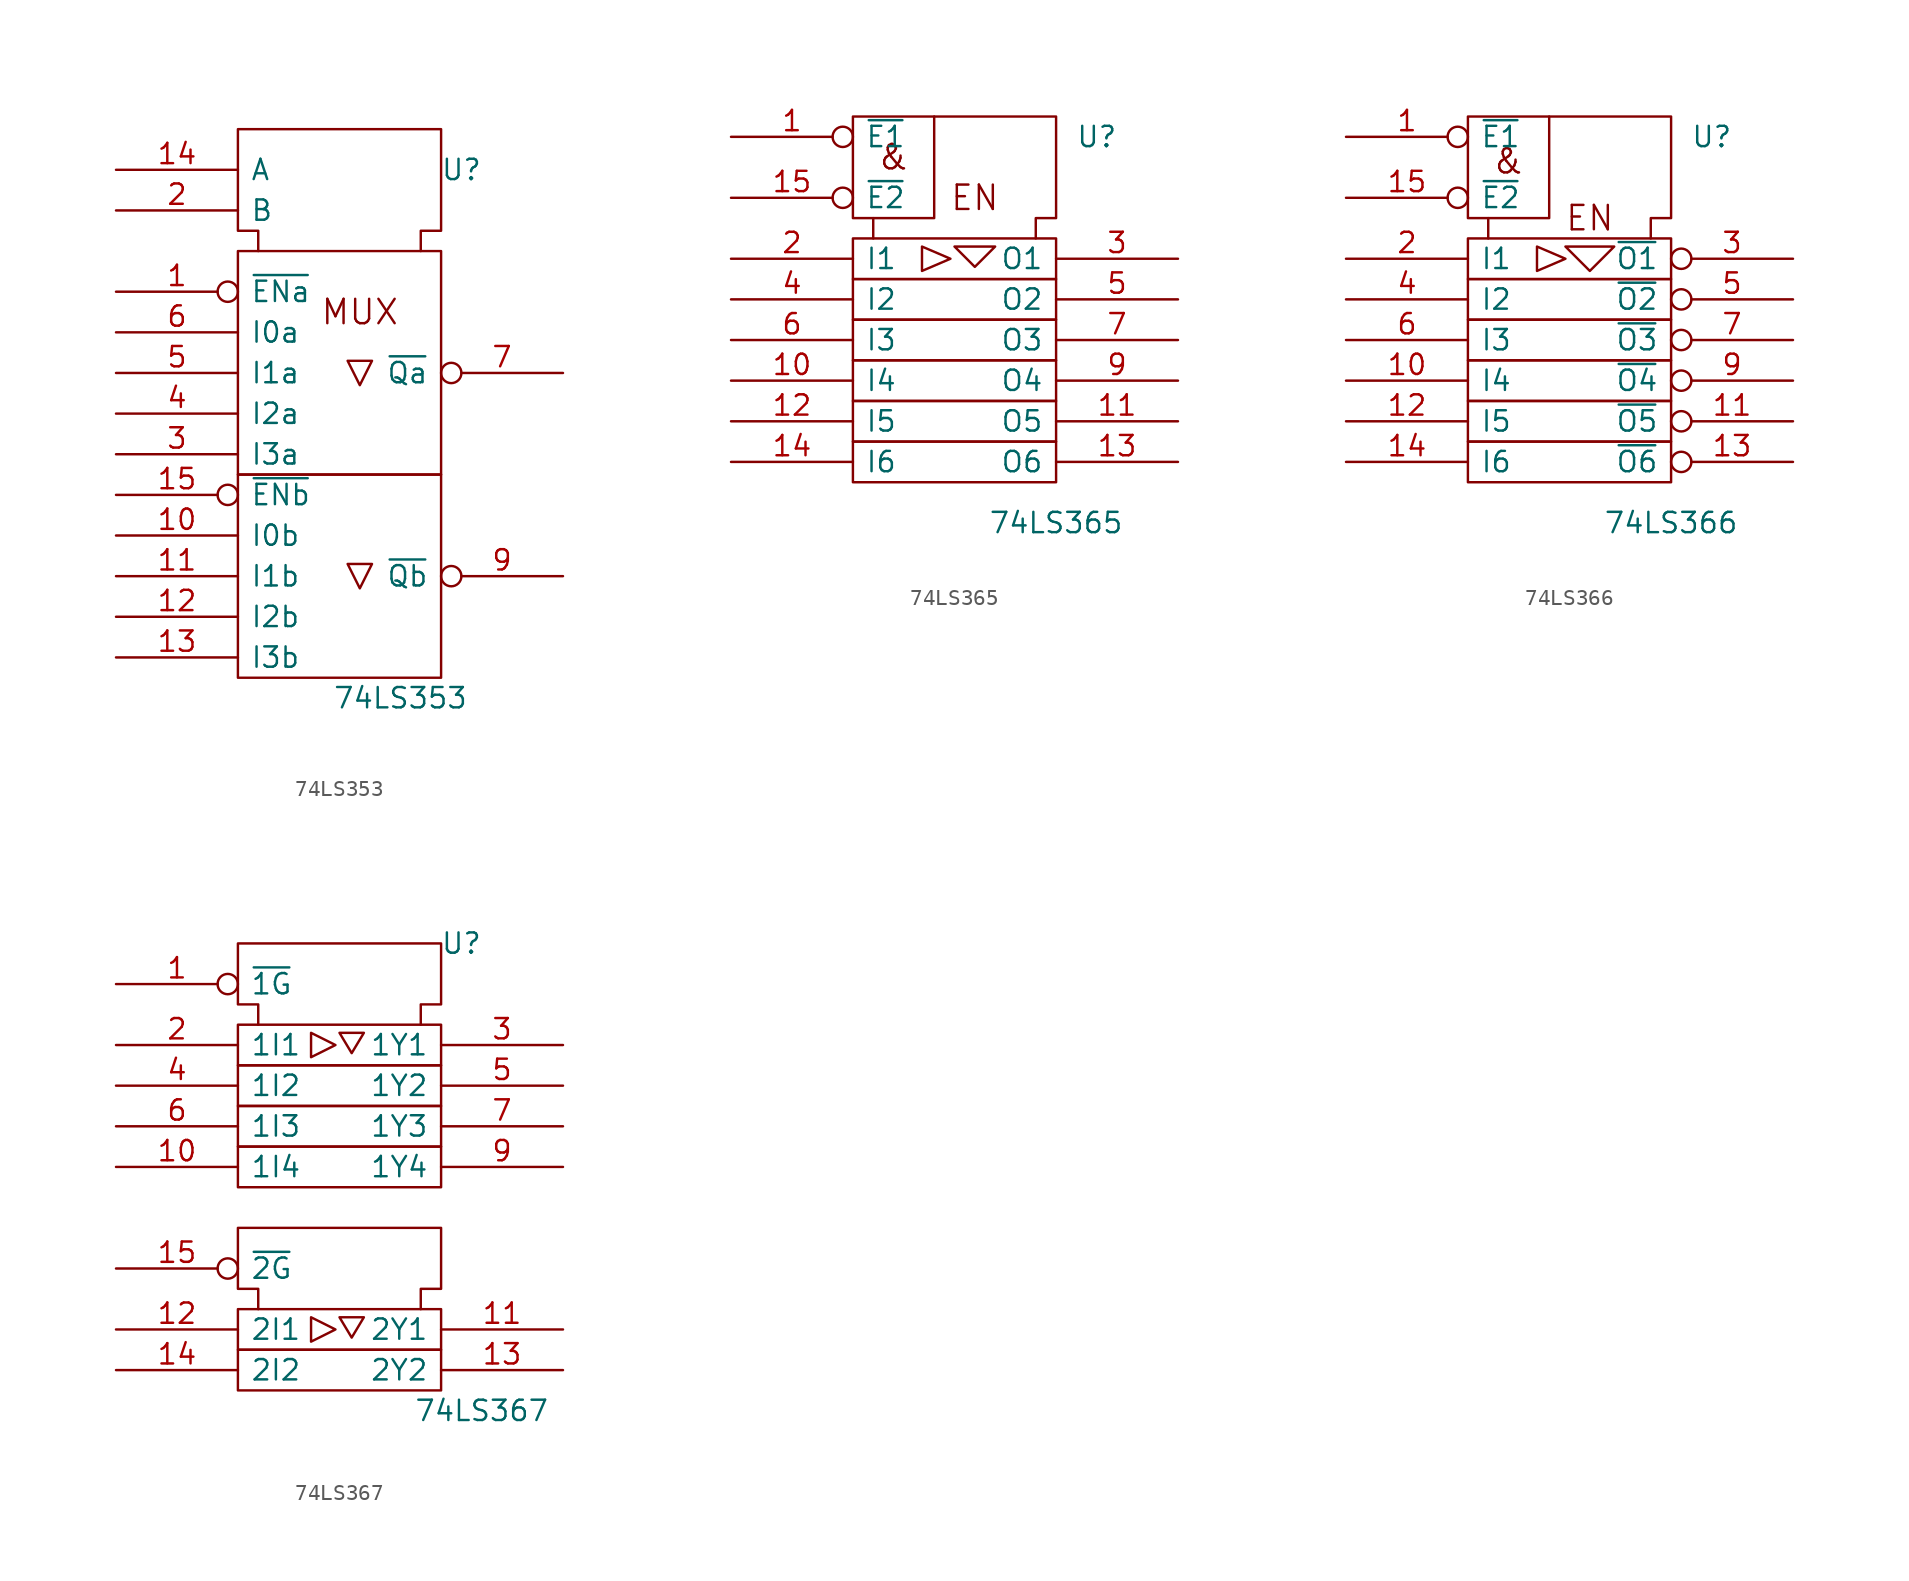
<source format=kicad_sym>
(kicad_symbol_lib
  (version 20201005)
  (generator kicad_symbol_editor)
  (symbol "74LS353"
    (pin_names
      (offset 0.762))
    (property "Reference" "U"
      (at 7.62 16.51 0)
      (effects (font (size 1.27 1.27))))
    (property "Value" "74LS353"
      (at 3.81 -16.51 0)
      (effects (font (size 1.27 1.27))))
    (symbol "74LS353_0_0"
      (text "MUX" (at 1.27 7.62 0) (effects (font (size 1.524 1.524))))
      (rectangle (start -6.35 -2.54) (end 6.35 -15.24) (stroke (width 0)) (fill (type none)))
      (rectangle (start -6.35 11.43) (end 6.35 -2.54) (stroke (width 0)) (fill (type none)))
      (polyline (pts (xy 2.032 -8.128) (xy 0.508 -8.128) (xy 1.27 -9.652) (xy 2.032 -8.128) (xy 2.032 -8.128)) (stroke (width 0)) (fill (type none)))
      (polyline (pts (xy 2.032 4.572) (xy 0.508 4.572) (xy 1.27 3.048) (xy 2.032 4.572) (xy 2.032 4.572)) (stroke (width 0)) (fill (type none)))
      (polyline (pts (xy -5.08 11.43) (xy -5.08 12.7) (xy -6.35 12.7) (xy -6.35 19.05) (xy 6.35 19.05) (xy 6.35 12.7) (xy 5.08 12.7) (xy 5.08 11.43) (xy 5.08 11.43)) (stroke (width 0)) (fill (type none)))
      (pin power_in line (at 3.81 19.05 270) (length 0) hide (name "VCC" (effects (font (size 1.27 1.27)))) (number "16" (effects (font (size 1.27 1.27)))))
      (pin power_in line (at 0 19.05 270) (length 0) hide (name "GND" (effects (font (size 1.27 1.27)))) (number "8" (effects (font (size 1.27 1.27))))))
    (symbol "74LS353_1_1"
      (pin input inverted (at -13.97 8.89 0) (length 7.62) (name "~ENa" (effects (font (size 1.27 1.27)))) (number "1" (effects (font (size 1.27 1.27)))))
      (pin input line (at -13.97 -6.35 0) (length 7.62) (name "I0b" (effects (font (size 1.27 1.27)))) (number "10" (effects (font (size 1.27 1.27)))))
      (pin input line (at -13.97 -8.89 0) (length 7.62) (name "I1b" (effects (font (size 1.27 1.27)))) (number "11" (effects (font (size 1.27 1.27)))))
      (pin input line (at -13.97 -11.43 0) (length 7.62) (name "I2b" (effects (font (size 1.27 1.27)))) (number "12" (effects (font (size 1.27 1.27)))))
      (pin input line (at -13.97 -13.97 0) (length 7.62) (name "I3b" (effects (font (size 1.27 1.27)))) (number "13" (effects (font (size 1.27 1.27)))))
      (pin input line (at -13.97 16.51 0) (length 7.62) (name "A" (effects (font (size 1.27 1.27)))) (number "14" (effects (font (size 1.27 1.27)))))
      (pin input inverted (at -13.97 -3.81 0) (length 7.62) (name "~ENb" (effects (font (size 1.27 1.27)))) (number "15" (effects (font (size 1.27 1.27)))))
      (pin input line (at -13.97 13.97 0) (length 7.62) (name "B" (effects (font (size 1.27 1.27)))) (number "2" (effects (font (size 1.27 1.27)))))
      (pin input line (at -13.97 -1.27 0) (length 7.62) (name "I3a" (effects (font (size 1.27 1.27)))) (number "3" (effects (font (size 1.27 1.27)))))
      (pin input line (at -13.97 1.27 0) (length 7.62) (name "I2a" (effects (font (size 1.27 1.27)))) (number "4" (effects (font (size 1.27 1.27)))))
      (pin input line (at -13.97 3.81 0) (length 7.62) (name "I1a" (effects (font (size 1.27 1.27)))) (number "5" (effects (font (size 1.27 1.27)))))
      (pin input line (at -13.97 6.35 0) (length 7.62) (name "I0a" (effects (font (size 1.27 1.27)))) (number "6" (effects (font (size 1.27 1.27)))))
      (pin tri_state inverted (at 13.97 3.81 180) (length 7.62) (name "~Qa" (effects (font (size 1.27 1.27)))) (number "7" (effects (font (size 1.27 1.27)))))
      (pin tri_state inverted (at 13.97 -8.89 180) (length 7.62) (name "~Qb" (effects (font (size 1.27 1.27)))) (number "9" (effects (font (size 1.27 1.27)))))))
  (symbol "74LS365"
    (pin_names
      (offset 0.762))
    (property "Reference" "U"
      (at 8.89 12.7 0)
      (effects (font (size 1.27 1.27))))
    (property "Value" "74LS365"
      (at 6.35 -11.43 0)
      (effects (font (size 1.27 1.27))))
    (symbol "74LS365_0_0"
      (text "&" (at -3.81 11.43 0) (effects (font (size 1.524 1.524))))
      (text "EN" (at 1.27 8.89 0) (effects (font (size 1.524 1.524))))
      (polyline (pts (xy -2.032 5.842) (xy -2.032 4.318) (xy -0.254 5.08) (xy -2.032 5.842) (xy -2.032 5.842)) (stroke (width 0)) (fill (type none)))
      (pin power_in line (at 1.27 13.97 270) (length 0) hide (name "GND" (effects (font (size 1.27 1.27)))) (number "8" (effects (font (size 1.27 1.27))))))
    (symbol "74LS365_0_1"
      (rectangle (start -6.35 -6.35) (end 6.35 -8.89) (stroke (width 0)) (fill (type none)))
      (rectangle (start -6.35 -3.81) (end 6.35 -6.35) (stroke (width 0)) (fill (type none)))
      (rectangle (start -6.35 -1.27) (end 6.35 -3.81) (stroke (width 0)) (fill (type none)))
      (rectangle (start -6.35 1.27) (end 6.35 -1.27) (stroke (width 0)) (fill (type none)))
      (rectangle (start -6.35 3.81) (end 6.35 1.27) (stroke (width 0)) (fill (type none)))
      (rectangle (start -6.35 6.35) (end 6.35 3.81) (stroke (width 0)) (fill (type none)))
      (polyline (pts (xy -1.27 13.97) (xy -1.27 7.62) (xy -5.08 7.62) (xy -5.08 7.62)) (stroke (width 0)) (fill (type none)))
      (polyline (pts (xy 0 5.842) (xy 2.54 5.842) (xy 1.27 4.572) (xy 0 5.842) (xy 0 5.842)) (stroke (width 0)) (fill (type none)))
      (polyline (pts (xy -5.08 6.35) (xy -5.08 7.62) (xy -6.35 7.62) (xy -6.35 13.97) (xy 6.35 13.97) (xy 6.35 7.62) (xy 5.08 7.62) (xy 5.08 6.35) (xy 5.08 6.35)) (stroke (width 0)) (fill (type none)))
      (pin power_in line (at 5.08 13.97 270) (length 0) hide (name "VCC" (effects (font (size 1.27 1.27)))) (number "16" (effects (font (size 1.27 1.27))))))
    (symbol "74LS365_1_1"
      (pin input inverted (at -13.97 12.7 0) (length 7.62) (name "~E1" (effects (font (size 1.27 1.27)))) (number "1" (effects (font (size 1.27 1.27)))))
      (pin input line (at -13.97 -2.54 0) (length 7.62) (name "I4" (effects (font (size 1.27 1.27)))) (number "10" (effects (font (size 1.27 1.27)))))
      (pin tri_state line (at 13.97 -5.08 180) (length 7.62) (name "O5" (effects (font (size 1.27 1.27)))) (number "11" (effects (font (size 1.27 1.27)))))
      (pin input line (at -13.97 -5.08 0) (length 7.62) (name "I5" (effects (font (size 1.27 1.27)))) (number "12" (effects (font (size 1.27 1.27)))))
      (pin tri_state line (at 13.97 -7.62 180) (length 7.62) (name "O6" (effects (font (size 1.27 1.27)))) (number "13" (effects (font (size 1.27 1.27)))))
      (pin input line (at -13.97 -7.62 0) (length 7.62) (name "I6" (effects (font (size 1.27 1.27)))) (number "14" (effects (font (size 1.27 1.27)))))
      (pin input inverted (at -13.97 8.89 0) (length 7.62) (name "~E2" (effects (font (size 1.27 1.27)))) (number "15" (effects (font (size 1.27 1.27)))))
      (pin input line (at -13.97 5.08 0) (length 7.62) (name "I1" (effects (font (size 1.27 1.27)))) (number "2" (effects (font (size 1.27 1.27)))))
      (pin tri_state line (at 13.97 5.08 180) (length 7.62) (name "O1" (effects (font (size 1.27 1.27)))) (number "3" (effects (font (size 1.27 1.27)))))
      (pin input line (at -13.97 2.54 0) (length 7.62) (name "I2" (effects (font (size 1.27 1.27)))) (number "4" (effects (font (size 1.27 1.27)))))
      (pin tri_state line (at 13.97 2.54 180) (length 7.62) (name "O2" (effects (font (size 1.27 1.27)))) (number "5" (effects (font (size 1.27 1.27)))))
      (pin input line (at -13.97 0 0) (length 7.62) (name "I3" (effects (font (size 1.27 1.27)))) (number "6" (effects (font (size 1.27 1.27)))))
      (pin tri_state line (at 13.97 0 180) (length 7.62) (name "O3" (effects (font (size 1.27 1.27)))) (number "7" (effects (font (size 1.27 1.27)))))
      (pin tri_state line (at 13.97 -2.54 180) (length 7.62) (name "O4" (effects (font (size 1.27 1.27)))) (number "9" (effects (font (size 1.27 1.27)))))))
  (symbol "74LS366"
    (pin_names
      (offset 0.762))
    (property "Reference" "U"
      (at 8.89 12.7 0)
      (effects (font (size 1.27 1.27))))
    (property "Value" "74LS366"
      (at 6.35 -11.43 0)
      (effects (font (size 1.27 1.27))))
    (symbol "74LS366_0_0"
      (text "&" (at -3.81 11.176 0) (effects (font (size 1.524 1.524))))
      (text "EN" (at 1.27 7.62 0) (effects (font (size 1.524 1.524))))
      (polyline (pts (xy -2.032 5.842) (xy -2.032 4.318) (xy -0.254 5.08) (xy -2.032 5.842) (xy -2.032 5.842)) (stroke (width 0)) (fill (type none)))
      (polyline (pts (xy -0.254 5.842) (xy 1.27 4.318) (xy 2.794 5.842) (xy -0.254 5.842) (xy -0.254 5.842)) (stroke (width 0)) (fill (type none)))
      (pin power_in line (at 1.27 13.97 270) (length 0) hide (name "GND" (effects (font (size 1.27 1.27)))) (number "8" (effects (font (size 1.27 1.27))))))
    (symbol "74LS366_0_1"
      (rectangle (start -6.35 -6.35) (end 6.35 -8.89) (stroke (width 0)) (fill (type none)))
      (rectangle (start -6.35 -3.81) (end 6.35 -6.35) (stroke (width 0)) (fill (type none)))
      (rectangle (start -6.35 -1.27) (end 6.35 -3.81) (stroke (width 0)) (fill (type none)))
      (rectangle (start -6.35 1.27) (end 6.35 -1.27) (stroke (width 0)) (fill (type none)))
      (rectangle (start -6.35 3.81) (end 6.35 1.27) (stroke (width 0)) (fill (type none)))
      (rectangle (start -6.35 6.35) (end 6.35 3.81) (stroke (width 0)) (fill (type none)))
      (polyline (pts (xy -1.27 13.97) (xy -1.27 7.62) (xy -5.08 7.62) (xy -5.08 7.62)) (stroke (width 0)) (fill (type none)))
      (polyline (pts (xy -5.08 6.35) (xy -5.08 7.62) (xy -6.35 7.62) (xy -6.35 13.97) (xy 6.35 13.97) (xy 6.35 7.62) (xy 5.08 7.62) (xy 5.08 6.35) (xy 5.08 6.35)) (stroke (width 0)) (fill (type none)))
      (pin power_in line (at 5.08 13.97 270) (length 0) hide (name "VCC" (effects (font (size 1.27 1.27)))) (number "16" (effects (font (size 1.27 1.27))))))
    (symbol "74LS366_1_1"
      (pin input inverted (at -13.97 12.7 0) (length 7.62) (name "~E1" (effects (font (size 1.27 1.27)))) (number "1" (effects (font (size 1.27 1.27)))))
      (pin input line (at -13.97 -2.54 0) (length 7.62) (name "I4" (effects (font (size 1.27 1.27)))) (number "10" (effects (font (size 1.27 1.27)))))
      (pin tri_state inverted (at 13.97 -5.08 180) (length 7.62) (name "~O5" (effects (font (size 1.27 1.27)))) (number "11" (effects (font (size 1.27 1.27)))))
      (pin input line (at -13.97 -5.08 0) (length 7.62) (name "I5" (effects (font (size 1.27 1.27)))) (number "12" (effects (font (size 1.27 1.27)))))
      (pin tri_state inverted (at 13.97 -7.62 180) (length 7.62) (name "~O6" (effects (font (size 1.27 1.27)))) (number "13" (effects (font (size 1.27 1.27)))))
      (pin input line (at -13.97 -7.62 0) (length 7.62) (name "I6" (effects (font (size 1.27 1.27)))) (number "14" (effects (font (size 1.27 1.27)))))
      (pin input inverted (at -13.97 8.89 0) (length 7.62) (name "~E2" (effects (font (size 1.27 1.27)))) (number "15" (effects (font (size 1.27 1.27)))))
      (pin input line (at -13.97 5.08 0) (length 7.62) (name "I1" (effects (font (size 1.27 1.27)))) (number "2" (effects (font (size 1.27 1.27)))))
      (pin tri_state inverted (at 13.97 5.08 180) (length 7.62) (name "~O1" (effects (font (size 1.27 1.27)))) (number "3" (effects (font (size 1.27 1.27)))))
      (pin input line (at -13.97 2.54 0) (length 7.62) (name "I2" (effects (font (size 1.27 1.27)))) (number "4" (effects (font (size 1.27 1.27)))))
      (pin tri_state inverted (at 13.97 2.54 180) (length 7.62) (name "~O2" (effects (font (size 1.27 1.27)))) (number "5" (effects (font (size 1.27 1.27)))))
      (pin input line (at -13.97 0 0) (length 7.62) (name "I3" (effects (font (size 1.27 1.27)))) (number "6" (effects (font (size 1.27 1.27)))))
      (pin tri_state inverted (at 13.97 0 180) (length 7.62) (name "~O3" (effects (font (size 1.27 1.27)))) (number "7" (effects (font (size 1.27 1.27)))))
      (pin tri_state inverted (at 13.97 -2.54 180) (length 7.62) (name "~O4" (effects (font (size 1.27 1.27)))) (number "9" (effects (font (size 1.27 1.27)))))))
  (symbol "74LS367"
    (pin_names
      (offset 0.762))
    (property "Reference" "U"
      (at 7.62 8.89 0)
      (effects (font (size 1.27 1.27))))
    (property "Value" "74LS367"
      (at 8.89 -20.32 0)
      (effects (font (size 1.27 1.27))))
    (symbol "74LS367_0_0"
      (rectangle (start -6.35 -16.51) (end 6.35 -19.05) (stroke (width 0)) (fill (type none)))
      (rectangle (start -6.35 -13.97) (end 6.35 -16.51) (stroke (width 0)) (fill (type none)))
      (rectangle (start -6.35 -3.81) (end 6.35 -6.35) (stroke (width 0)) (fill (type none)))
      (rectangle (start -6.35 -1.27) (end 6.35 -3.81) (stroke (width 0)) (fill (type none)))
      (rectangle (start -6.35 1.27) (end 6.35 -1.27) (stroke (width 0)) (fill (type none)))
      (rectangle (start -6.35 3.81) (end 6.35 1.27) (stroke (width 0)) (fill (type none)))
      (polyline (pts (xy -1.778 -14.478) (xy -1.778 -16.002) (xy -0.254 -15.24) (xy -1.778 -14.478) (xy -1.778 -14.478)) (stroke (width 0)) (fill (type none)))
      (polyline (pts (xy -1.778 3.302) (xy -0.254 2.54) (xy -1.778 1.778) (xy -1.778 3.302) (xy -1.778 3.302)) (stroke (width 0)) (fill (type none)))
      (polyline (pts (xy -5.08 -13.97) (xy -5.08 -12.7) (xy -6.35 -12.7) (xy -6.35 -8.89) (xy 6.35 -8.89) (xy 6.35 -12.7) (xy 5.08 -12.7) (xy 5.08 -13.97) (xy 5.08 -13.97)) (stroke (width 0)) (fill (type none)))
      (polyline (pts (xy -5.08 3.81) (xy -5.08 5.08) (xy -6.35 5.08) (xy -6.35 8.89) (xy 6.35 8.89) (xy 6.35 5.08) (xy 5.08 5.08) (xy 5.08 3.81) (xy 5.08 3.81)) (stroke (width 0)) (fill (type none)))
      (pin power_in line (at 5.08 8.89 270) (length 0) hide (name "VCC" (effects (font (size 1.27 1.27)))) (number "16" (effects (font (size 1.27 1.27)))))
      (pin power_in line (at 1.27 8.89 270) (length 0) hide (name "GND" (effects (font (size 1.27 1.27)))) (number "8" (effects (font (size 1.27 1.27))))))
    (symbol "74LS367_0_1"
      (polyline (pts (xy 0 -14.478) (xy 1.524 -14.478) (xy 0.762 -15.748) (xy 0 -14.478) (xy 0 -14.478)) (stroke (width 0)) (fill (type none)))
      (polyline (pts (xy 0 3.302) (xy 1.524 3.302) (xy 0.762 2.032) (xy 0 3.302) (xy 0 3.302)) (stroke (width 0)) (fill (type none))))
    (symbol "74LS367_1_1"
      (pin input inverted (at -13.97 6.35 0) (length 7.62) (name "~1G" (effects (font (size 1.27 1.27)))) (number "1" (effects (font (size 1.27 1.27)))))
      (pin input line (at -13.97 -5.08 0) (length 7.62) (name "1I4" (effects (font (size 1.27 1.27)))) (number "10" (effects (font (size 1.27 1.27)))))
      (pin tri_state line (at 13.97 -15.24 180) (length 7.62) (name "2Y1" (effects (font (size 1.27 1.27)))) (number "11" (effects (font (size 1.27 1.27)))))
      (pin input line (at -13.97 -15.24 0) (length 7.62) (name "2I1" (effects (font (size 1.27 1.27)))) (number "12" (effects (font (size 1.27 1.27)))))
      (pin tri_state line (at 13.97 -17.78 180) (length 7.62) (name "2Y2" (effects (font (size 1.27 1.27)))) (number "13" (effects (font (size 1.27 1.27)))))
      (pin input line (at -13.97 -17.78 0) (length 7.62) (name "2I2" (effects (font (size 1.27 1.27)))) (number "14" (effects (font (size 1.27 1.27)))))
      (pin input inverted (at -13.97 -11.43 0) (length 7.62) (name "~2G" (effects (font (size 1.27 1.27)))) (number "15" (effects (font (size 1.27 1.27)))))
      (pin input line (at -13.97 2.54 0) (length 7.62) (name "1I1" (effects (font (size 1.27 1.27)))) (number "2" (effects (font (size 1.27 1.27)))))
      (pin tri_state line (at 13.97 2.54 180) (length 7.62) (name "1Y1" (effects (font (size 1.27 1.27)))) (number "3" (effects (font (size 1.27 1.27)))))
      (pin input line (at -13.97 0 0) (length 7.62) (name "1I2" (effects (font (size 1.27 1.27)))) (number "4" (effects (font (size 1.27 1.27)))))
      (pin tri_state line (at 13.97 0 180) (length 7.62) (name "1Y2" (effects (font (size 1.27 1.27)))) (number "5" (effects (font (size 1.27 1.27)))))
      (pin input line (at -13.97 -2.54 0) (length 7.62) (name "1I3" (effects (font (size 1.27 1.27)))) (number "6" (effects (font (size 1.27 1.27)))))
      (pin tri_state line (at 13.97 -2.54 180) (length 7.62) (name "1Y3" (effects (font (size 1.27 1.27)))) (number "7" (effects (font (size 1.27 1.27)))))
      (pin tri_state line (at 13.97 -5.08 180) (length 7.62) (name "1Y4" (effects (font (size 1.27 1.27)))) (number "9" (effects (font (size 1.27 1.27))))))))
</source>
